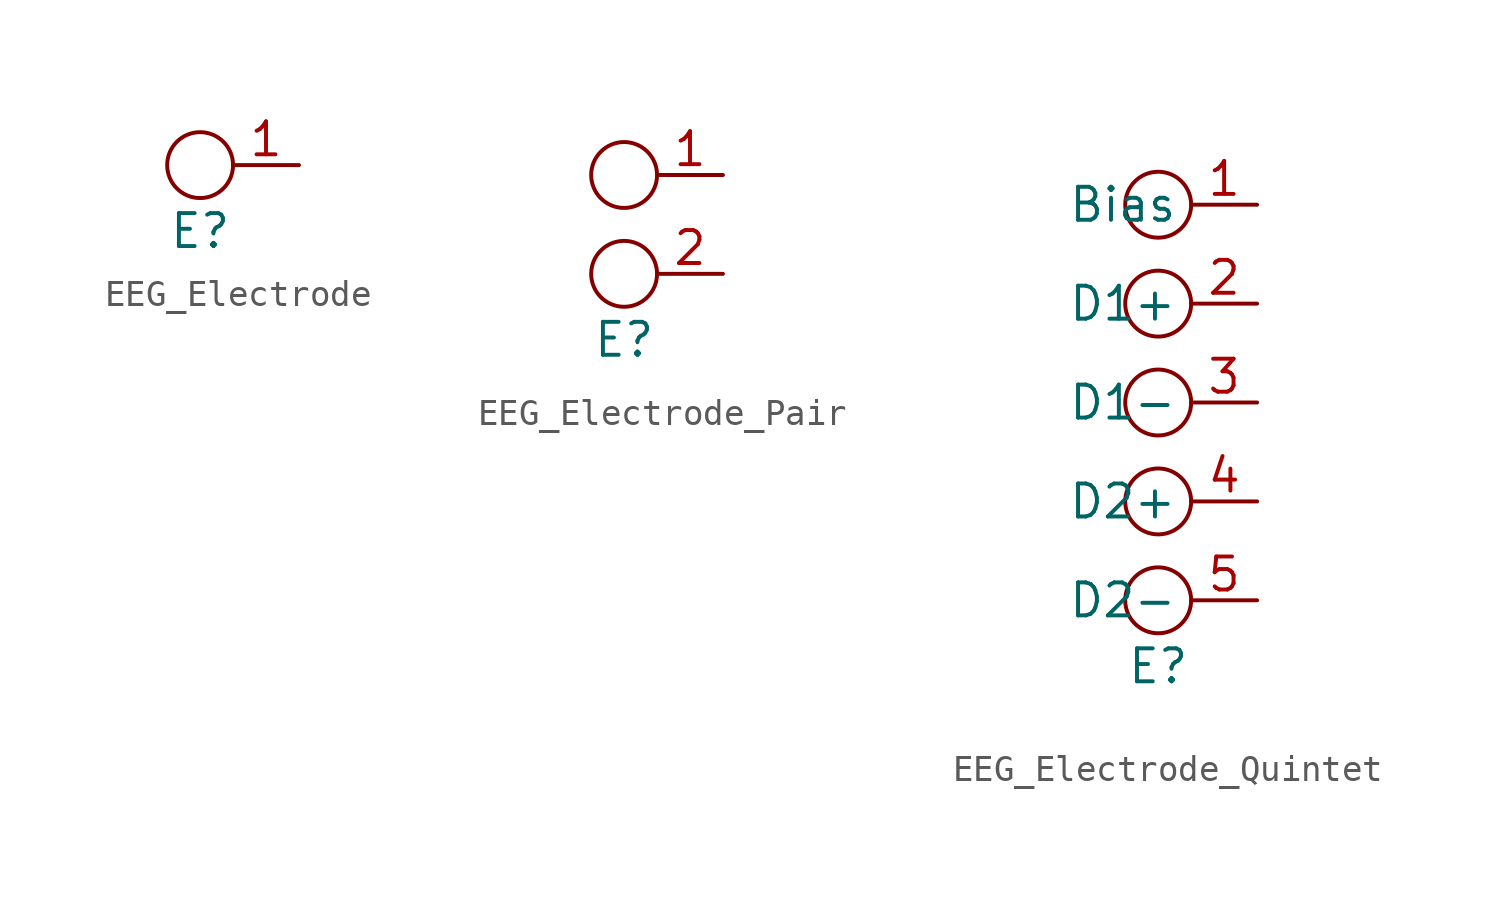
<source format=kicad_sym>
(kicad_symbol_lib
  (version 20241209)
  (generator "kicad_symbol_editor")
  (generator_version "9.0")
  (symbol "EEG_Electrode"
    (property "Reference" "E"
      (at 0 -2.54 0)
      (effects (font (size 1.27 1.27))))
    (symbol "EEG_Electrode_0_1"
      (circle (center 0 0) (radius 1.27) (stroke (width 0) (type default)) (fill (type none))))
    (symbol "EEG_Electrode_1_1"
      (pin output line (at 3.81 0 180) (length 2.54) (name "" (effects (font (size 1.27 1.27)))) (number "1" (effects (font (size 1.27 1.27)))))))
  (symbol "EEG_Electrode_Pair"
    (property "Reference" "E"
      (at 0 -2.54 0)
      (effects (font (size 1.27 1.27))))
    (symbol "EEG_Electrode_Pair_0_1"
      (circle (center 0 3.81) (radius 1.27) (stroke (width 0) (type default)) (fill (type none)))
      (circle (center 0 0) (radius 1.27) (stroke (width 0) (type default)) (fill (type none))))
    (symbol "EEG_Electrode_Pair_1_1"
      (pin output line (at 3.81 3.81 180) (length 2.54) (name "" (effects (font (size 1.27 1.27)))) (number "1" (effects (font (size 1.27 1.27)))))
      (pin output line (at 3.81 0 180) (length 2.54) (name "" (effects (font (size 1.27 1.27)))) (number "2" (effects (font (size 1.27 1.27)))))))
  (symbol "EEG_Electrode_Quintet"
    (property "Reference" "E"
      (at 0 -2.54 0)
      (effects (font (size 1.27 1.27))))
    (symbol "EEG_Electrode_Quintet_0_1"
      (circle (center 0 11.43) (radius 1.27) (stroke (width 0) (type default)) (fill (type none)))
      (circle (center 0 7.62) (radius 1.27) (stroke (width 0) (type default)) (fill (type none)))
      (circle (center 0 3.81) (radius 1.27) (stroke (width 0) (type default)) (fill (type none)))
      (circle (center 0 0) (radius 1.27) (stroke (width 0) (type default)) (fill (type none))))
    (symbol "EEG_Electrode_Quintet_1_1"
      (circle (center 0 15.24) (radius 1.27) (stroke (width 0) (type solid)) (fill (type none)))
      (pin output line (at 3.81 15.24 180) (length 2.54) (name "Bias" (effects (font (size 1.27 1.27)))) (number "1" (effects (font (size 1.27 1.27)))))
      (pin output line (at 3.81 11.43 180) (length 2.54) (name "D1+" (effects (font (size 1.27 1.27)))) (number "2" (effects (font (size 1.27 1.27)))))
      (pin output line (at 3.81 7.62 180) (length 2.54) (name "D1-" (effects (font (size 1.27 1.27)))) (number "3" (effects (font (size 1.27 1.27)))))
      (pin output line (at 3.81 3.81 180) (length 2.54) (name "D2+" (effects (font (size 1.27 1.27)))) (number "4" (effects (font (size 1.27 1.27)))))
      (pin output line (at 3.81 0 180) (length 2.54) (name "D2-" (effects (font (size 1.27 1.27)))) (number "5" (effects (font (size 1.27 1.27))))))))
</source>
